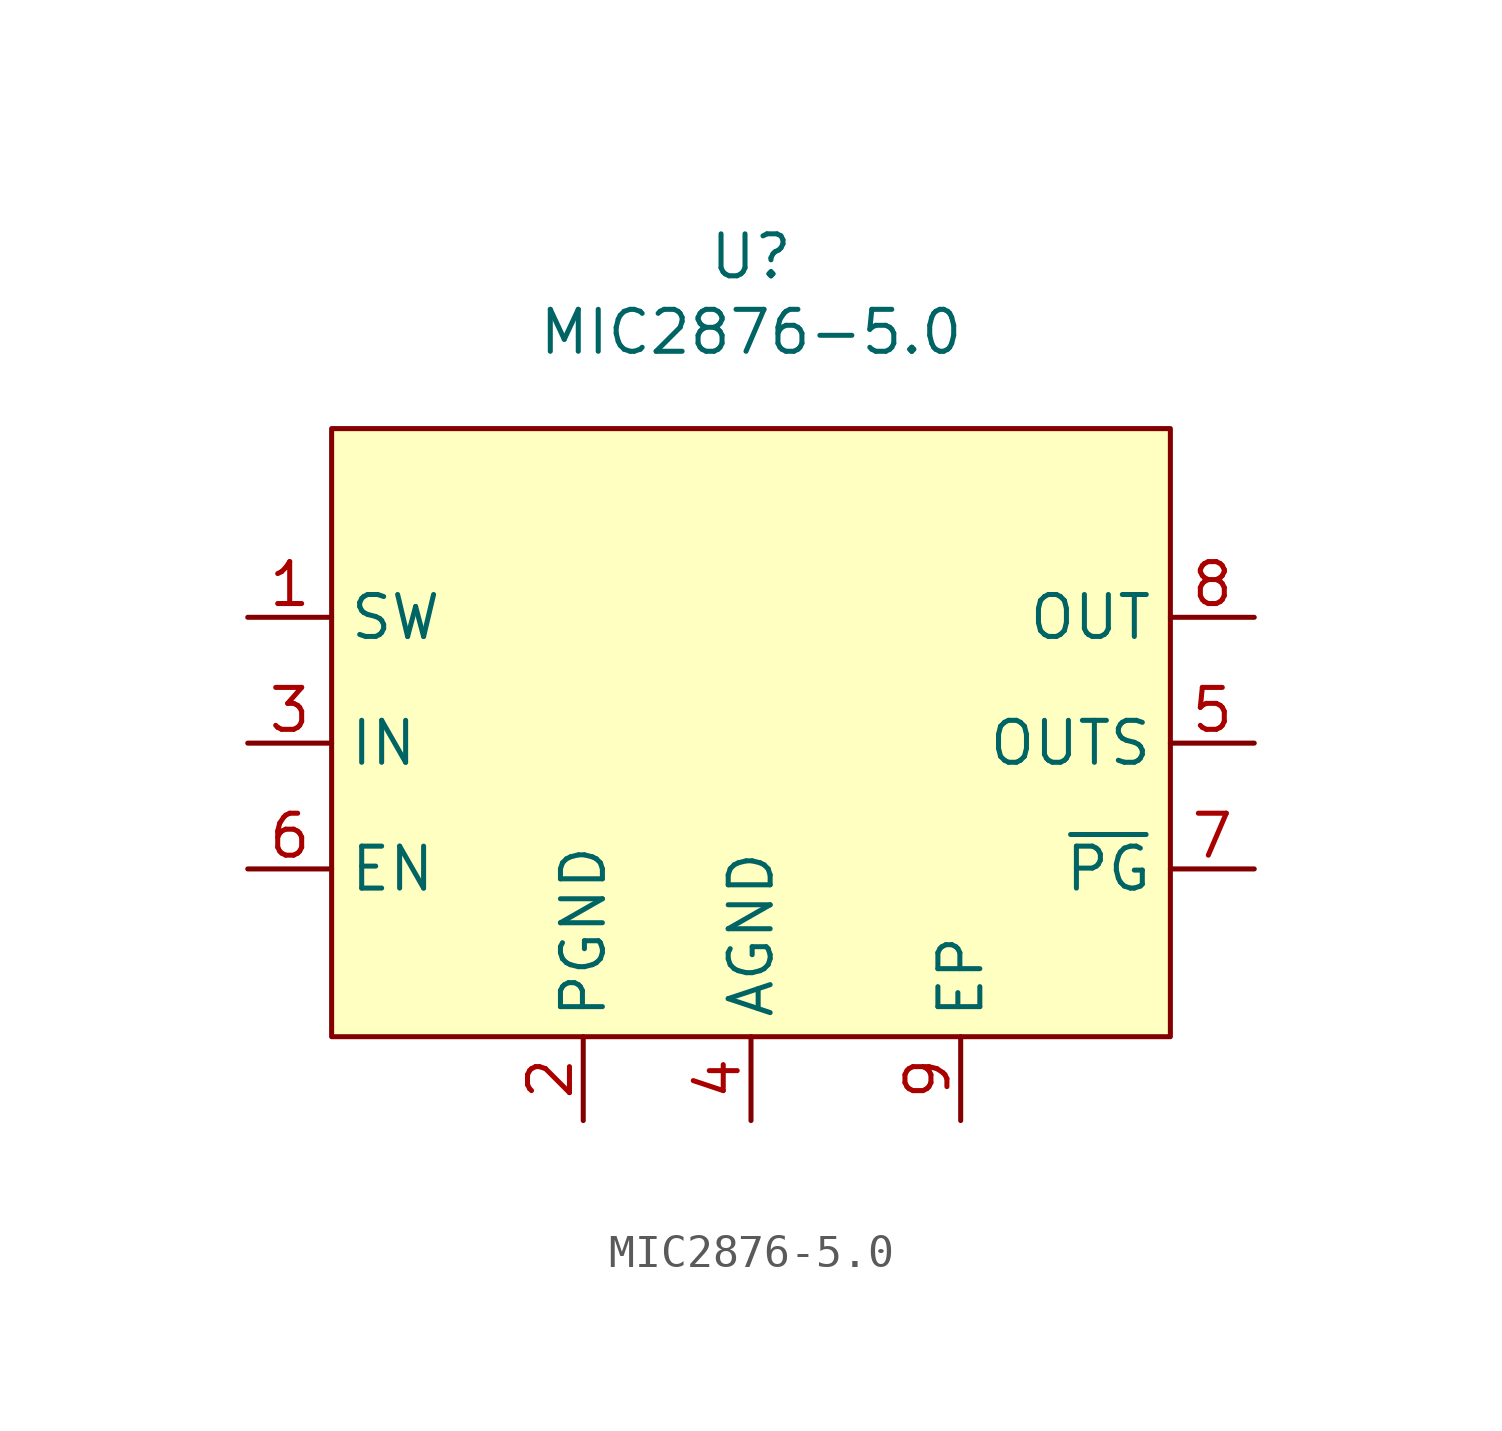
<source format=kicad_sym>
(kicad_symbol_lib
  (version 20241209)
  (generator "kicad_symbol_editor")
  (generator_version "9.0")
  (symbol "MIC2876-5.0"
    (property "Reference" "U"
      (at 0 8.382 0)
      (effects (font (size 1.27 1.27))))
    (property "Value" "MIC2876-5.0"
      (at 0 6.096 0)
      (effects (font (size 1.27 1.27))))
    (symbol "MIC2876-5.0_0_1"
      (rectangle (start -12.7 3.175) (end 12.7 -15.24) (stroke (width 0) (type default)) (fill (type background))))
    (symbol "MIC2876-5.0_1_1"
      (pin input line (at -15.24 -2.54 0) (length 2.54) (name "SW" (effects (font (size 1.27 1.27)))) (number "1" (effects (font (size 1.27 1.27)))))
      (pin input line (at -15.24 -6.35 0) (length 2.54) (name "IN" (effects (font (size 1.27 1.27)))) (number "3" (effects (font (size 1.27 1.27)))))
      (pin input line (at -15.24 -10.16 0) (length 2.54) (name "EN" (effects (font (size 1.27 1.27)))) (number "6" (effects (font (size 1.27 1.27)))))
      (pin input line (at -5.08 -17.78 90) (length 2.54) (name "PGND" (effects (font (size 1.27 1.27)))) (number "2" (effects (font (size 1.27 1.27)))))
      (pin input line (at 0 -17.78 90) (length 2.54) (name "AGND" (effects (font (size 1.27 1.27)))) (number "4" (effects (font (size 1.27 1.27)))))
      (pin input line (at 6.35 -17.78 90) (length 2.54) (name "EP" (effects (font (size 1.27 1.27)))) (number "9" (effects (font (size 1.27 1.27)))))
      (pin output line (at 15.24 -2.54 180) (length 2.54) (name "OUT" (effects (font (size 1.27 1.27)))) (number "8" (effects (font (size 1.27 1.27)))))
      (pin input line (at 15.24 -6.35 180) (length 2.54) (name "OUTS" (effects (font (size 1.27 1.27)))) (number "5" (effects (font (size 1.27 1.27)))))
      (pin output line (at 15.24 -10.16 180) (length 2.54) (name "~{PG}" (effects (font (size 1.27 1.27)))) (number "7" (effects (font (size 1.27 1.27))))))))
</source>
